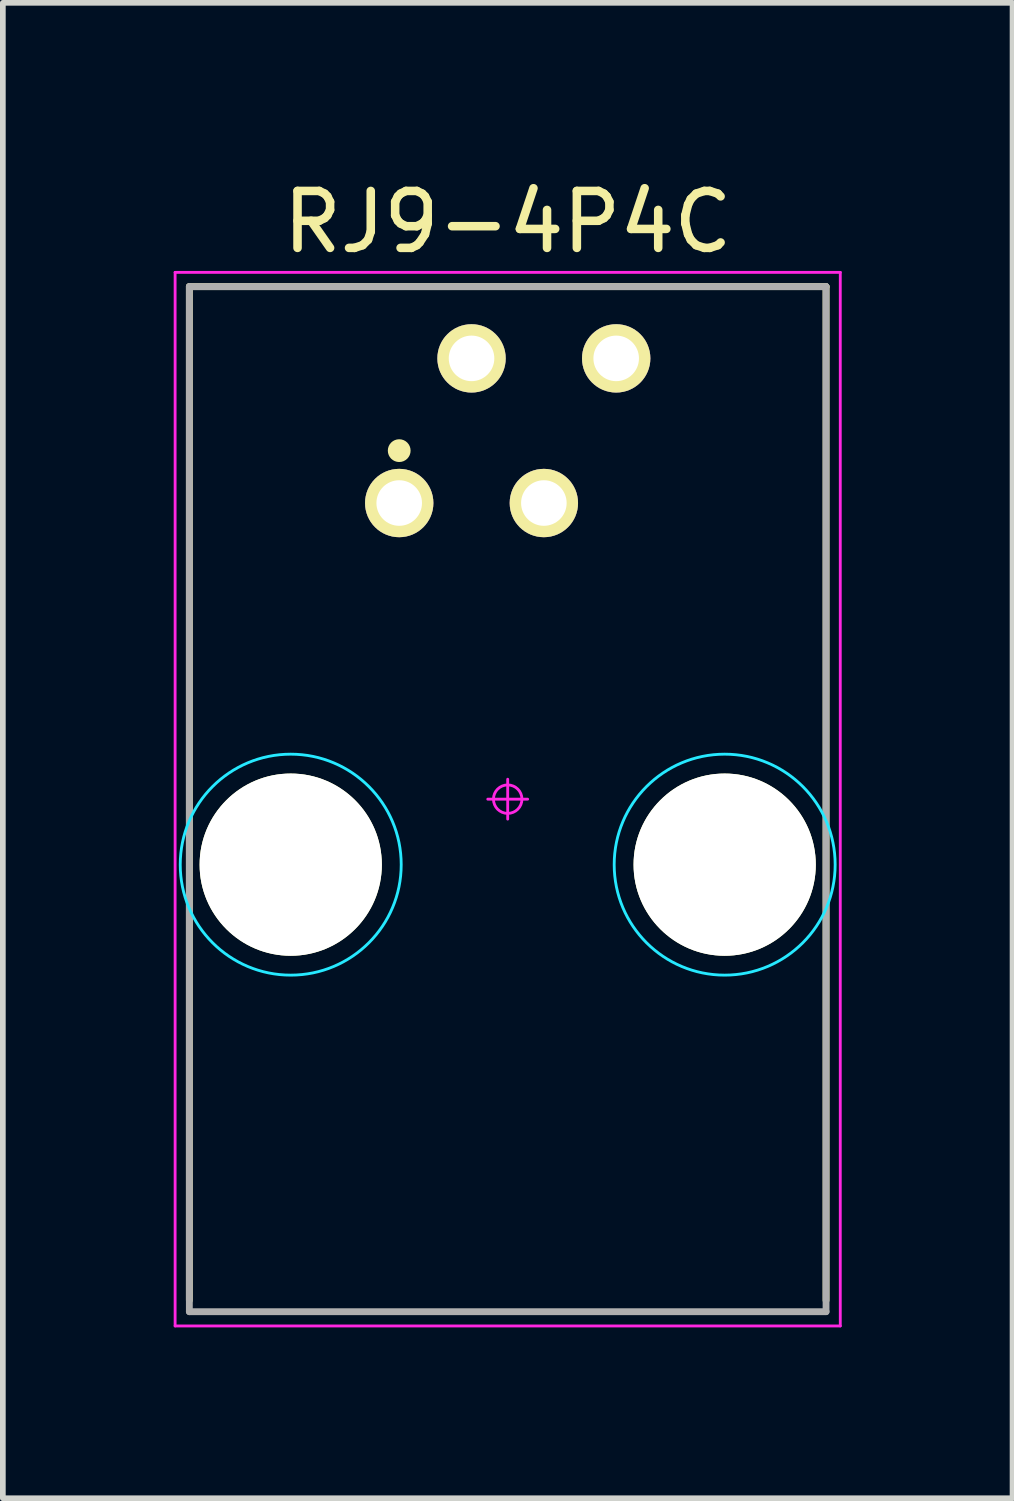
<source format=kicad_pcb>
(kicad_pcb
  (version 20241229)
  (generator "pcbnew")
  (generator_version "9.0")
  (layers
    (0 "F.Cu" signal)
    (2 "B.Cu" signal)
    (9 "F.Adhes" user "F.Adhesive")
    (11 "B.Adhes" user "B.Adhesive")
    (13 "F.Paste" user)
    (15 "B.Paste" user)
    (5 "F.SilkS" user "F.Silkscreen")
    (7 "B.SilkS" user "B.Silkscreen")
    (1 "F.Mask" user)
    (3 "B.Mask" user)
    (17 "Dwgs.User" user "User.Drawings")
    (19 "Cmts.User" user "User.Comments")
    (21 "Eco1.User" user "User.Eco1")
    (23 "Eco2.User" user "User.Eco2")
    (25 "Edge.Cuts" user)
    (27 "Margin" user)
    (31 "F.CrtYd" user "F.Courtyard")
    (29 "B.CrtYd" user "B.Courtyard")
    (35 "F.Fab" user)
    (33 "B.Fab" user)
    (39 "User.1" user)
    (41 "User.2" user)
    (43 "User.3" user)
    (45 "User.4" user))
  (footprint "RJ9-4P4C"
    (layer "F.Cu")
    (at 5.865 10.983)
    (property "Reference" "RJ9-4P4C" (at 0 -10.135 0) (layer "F.SilkS") (effects (font (size 1 1) (thickness 0.15))))
    (attr through_hole)
    (fp_line (start -5.59 -9) (end 5.59 -9) (stroke (width 0.12) (type solid)) (layer "F.SilkS"))
    (fp_line (start -5.59 8.8) (end -5.59 -9) (stroke (width 0.12) (type solid)) (layer "F.SilkS"))
    (fp_line (start 5.59 -9) (end 5.59 8.8) (stroke (width 0.12) (type solid)) (layer "F.SilkS"))
    (fp_circle (center -1.905 -6.12) (end -1.805 -6.12) (stroke (width 0.2) (type solid)) (fill no) (layer "F.SilkS"))
    (fp_circle (center -3.81 1.15) (end -5.75 1.15) (stroke (width 0.05) (type solid)) (fill no) (layer "B.CrtYd"))
    (fp_circle (center 3.81 1.15) (end 5.75 1.15) (stroke (width 0.05) (type solid)) (fill no) (layer "B.CrtYd"))
    (fp_line (start -5.84 -9.25) (end 5.84 -9.25) (stroke (width 0.05) (type solid)) (layer "F.CrtYd"))
    (fp_line (start -5.84 9.25) (end -5.84 -9.25) (stroke (width 0.05) (type solid)) (layer "F.CrtYd"))
    (fp_line (start -0.35 0) (end 0.35 0) (stroke (width 0.05) (type solid)) (layer "F.CrtYd"))
    (fp_line (start 0 -0.35) (end 0 0.35) (stroke (width 0.05) (type solid)) (layer "F.CrtYd"))
    (fp_line (start 5.84 -9.25) (end 5.84 9.25) (stroke (width 0.05) (type solid)) (layer "F.CrtYd"))
    (fp_line (start 5.84 9.25) (end -5.84 9.25) (stroke (width 0.05) (type solid)) (layer "F.CrtYd"))
    (fp_circle (center 0 0) (end -0.25 0) (stroke (width 0.05) (type solid)) (fill no) (layer "F.CrtYd"))
    (fp_line (start -5.59 -9) (end 5.59 -9) (stroke (width 0.12) (type solid)) (layer "F.Fab"))
    (fp_line (start -5.59 9) (end -5.59 -9) (stroke (width 0.12) (type solid)) (layer "F.Fab"))
    (fp_line (start 5.59 -9) (end 5.59 9) (stroke (width 0.12) (type solid)) (layer "F.Fab"))
    (fp_line (start 5.59 9) (end -5.59 9) (stroke (width 0.12) (type solid)) (layer "F.Fab"))
    (pad "" np_thru_hole circle (at -3.81 1.15) (size 3.2 3.2) (drill 3.2) (layers "*.Cu" "*.Mask" "F.SilkS"))
    (pad "" np_thru_hole circle (at 3.81 1.15) (size 3.2 3.2) (drill 3.2) (layers "*.Cu" "*.Mask" "F.SilkS"))
    (pad "1" thru_hole circle (at -1.905 -5.2) (size 1.2 1.2) (drill 0.8) (layers "*.Cu" "*.Mask" "F.SilkS"))
    (pad "2" thru_hole circle (at -0.635 -7.74) (size 1.2 1.2) (drill 0.8) (layers "*.Cu" "*.Mask" "F.SilkS"))
    (pad "3" thru_hole circle (at 0.635 -5.2) (size 1.2 1.2) (drill 0.8) (layers "*.Cu" "*.Mask" "F.SilkS"))
    (pad "4" thru_hole circle (at 1.905 -7.74) (size 1.2 1.2) (drill 0.8) (layers "*.Cu" "*.Mask" "F.SilkS")))
  (gr_rect
    (start -3 -3)
    (end 14.73 23.258)
    (stroke (width 0.1) (type default))
    (fill no)
    (layer "Edge.Cuts")))
</source>
